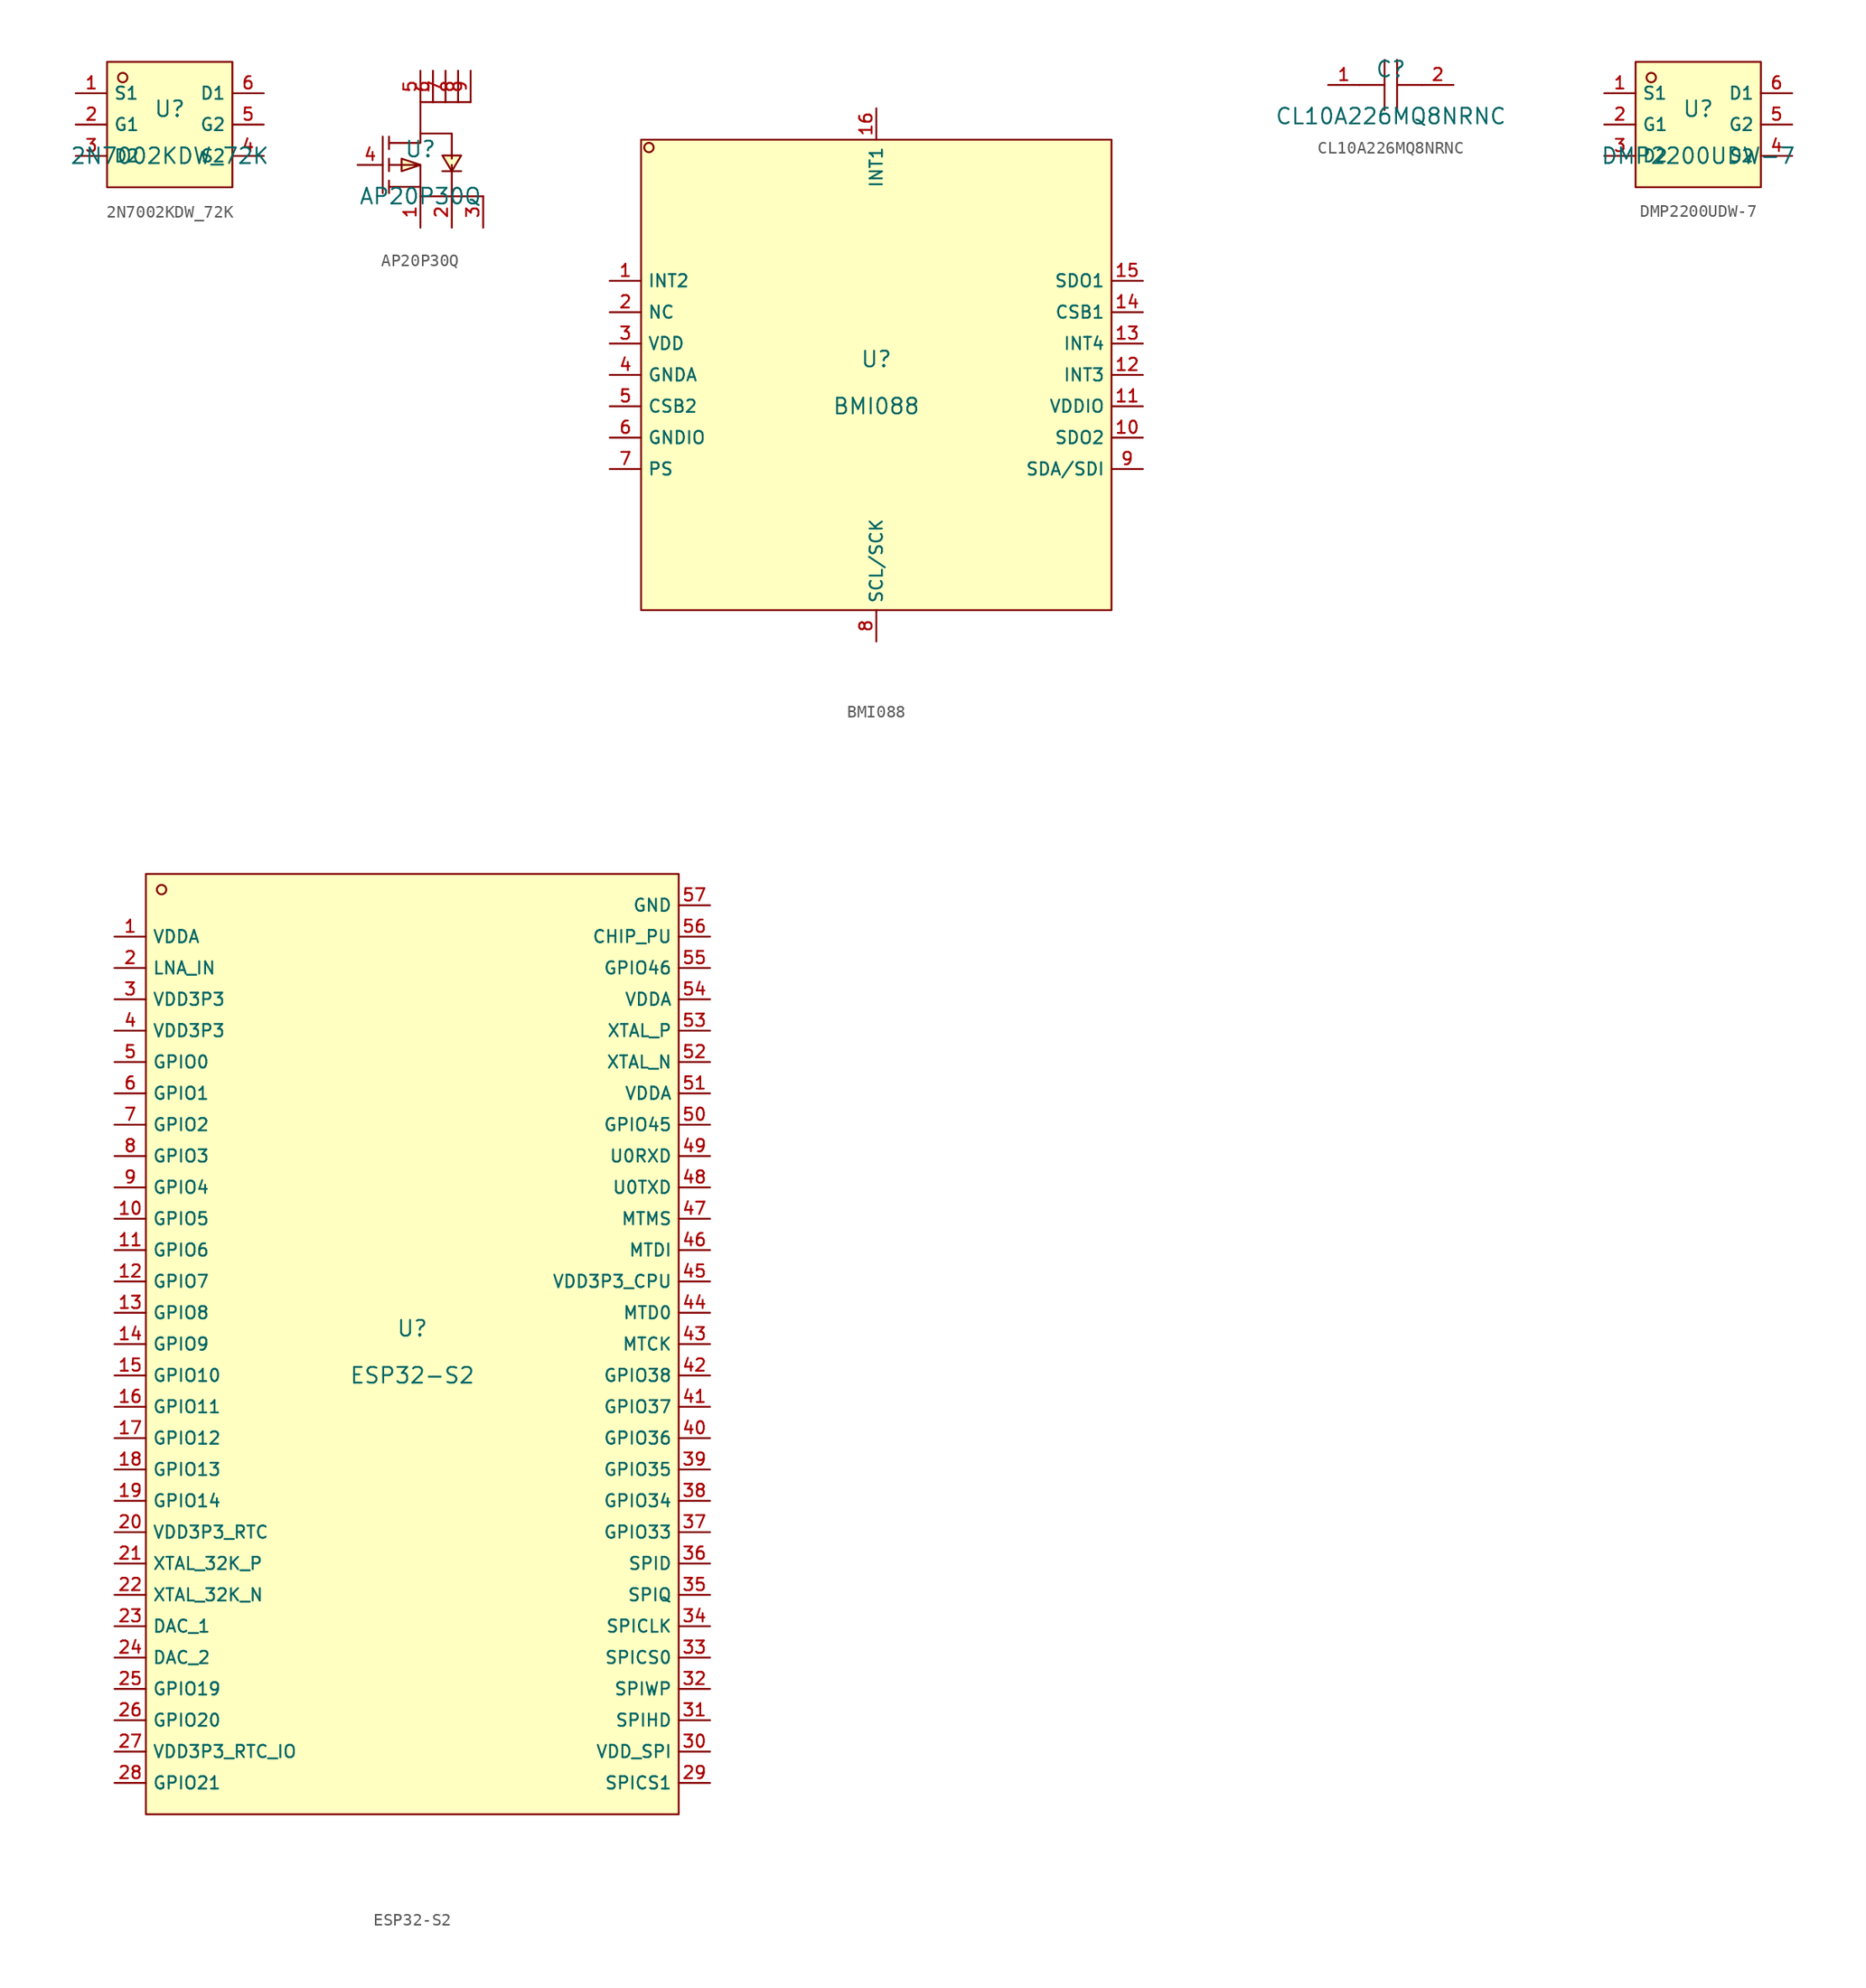
<source format=kicad_sym>
(kicad_symbol_lib
  (version 20210201)
  (generator TousstNicolas/JLC2KiCad_lib)
  (symbol "2N7002KDW_72K"
    (property "Reference" "U"
      (at 0 1.27 0)
      (effects (font (size 1.27 1.27))))
    (property "Value" "2N7002KDW_72K"
      (at 0 -2.54 0)
      (effects (font (size 1.27 1.27))))
    (symbol "2N7002KDW_72K_0_1"
      (rectangle (start -5.08 5.08) (end 5.08 -5.08) (stroke (width 0) (type default) (color 0 0 0 0)) (fill (type background)))
      (circle (center -3.81 3.81) (radius 0.381) (stroke (width 0) (type default) (color 0 0 0 0)) (fill (type background)))
      (pin unspecified line (at -7.62 2.54 0) (length 2.54) (name "S1" (effects (font (size 1 1)))) (number "1" (effects (font (size 1 1)))))
      (pin unspecified line (at -7.62 -0.0 0) (length 2.54) (name "G1" (effects (font (size 1 1)))) (number "2" (effects (font (size 1 1)))))
      (pin unspecified line (at -7.62 -2.54 0) (length 2.54) (name "D2" (effects (font (size 1 1)))) (number "3" (effects (font (size 1 1)))))
      (pin unspecified line (at 7.62 -2.54 180) (length 2.54) (name "S2" (effects (font (size 1 1)))) (number "4" (effects (font (size 1 1)))))
      (pin unspecified line (at 7.62 -0.0 180) (length 2.54) (name "G2" (effects (font (size 1 1)))) (number "5" (effects (font (size 1 1)))))
      (pin unspecified line (at 7.62 2.54 180) (length 2.54) (name "D1" (effects (font (size 1 1)))) (number "6" (effects (font (size 1 1)))))))
  (symbol "AP20P30Q"
    (pin_names hide)
    (property "Reference" "U"
      (at 0 1.27 0)
      (effects (font (size 1.27 1.27))))
    (property "Value" "AP20P30Q"
      (at 0 -2.54 0)
      (effects (font (size 1.27 1.27))))
    (symbol "AP20P30Q_0_1"
      (pin unspecified line (at 0.0 -5.08 90) (length 2.54) (name "S" (effects (font (size 1 1)))) (number "1" (effects (font (size 1 1)))))
      (pin unspecified line (at 2.54 -5.08 90) (length 2.54) (name "S" (effects (font (size 1 1)))) (number "2" (effects (font (size 1 1)))))
      (pin unspecified line (at 5.08 -5.08 90) (length 2.54) (name "S" (effects (font (size 1 1)))) (number "3" (effects (font (size 1 1)))))
      (pin unspecified line (at -5.08 -0.0 0) (length 2.032) (name "G" (effects (font (size 1 1)))) (number "4" (effects (font (size 1 1)))))
      (pin unspecified line (at 0.0 7.62 270) (length 2.54) (name "D" (effects (font (size 1 1)))) (number "5" (effects (font (size 1 1)))))
      (polyline (pts (xy 1.778 -0.508) (xy 2.032 -0.508) (xy 3.048 -0.508) (xy 3.302 -0.508)) (stroke (width 0) (type default) (color 0 0 0 0)) (fill (type none)))
      (polyline (pts (xy -2.54 -2.286) (xy -2.54 -1.27)) (stroke (width 0) (type default) (color 0 0 0 0)) (fill (type none)))
      (polyline (pts (xy -2.54 -0.508) (xy -2.54 0.508)) (stroke (width 0) (type default) (color 0 0 0 0)) (fill (type none)))
      (polyline (pts (xy -2.54 2.286) (xy -2.54 1.27)) (stroke (width 0) (type default) (color 0 0 0 0)) (fill (type none)))
      (polyline (pts (xy -3.048 2.286) (xy -3.048 -2.286)) (stroke (width 0) (type default) (color 0 0 0 0)) (fill (type none)))
      (polyline (pts (xy 0.0 -1.778) (xy -2.54 -1.778)) (stroke (width 0) (type default) (color 0 0 0 0)) (fill (type none)))
      (polyline (pts (xy -2.54 -0.0) (xy 0.0 -0.0) (xy 0.0 -2.54) (xy 5.08 -2.54) (xy 2.54 -2.54) (xy 2.54 -0.0)) (stroke (width 0) (type default) (color 0 0 0 0)) (fill (type none)))
      (polyline (pts (xy -2.54 1.778) (xy 0.0 1.778) (xy 0.0 2.54) (xy 2.54 2.54) (xy 2.54 2.54) (xy 2.54 0.508)) (stroke (width 0) (type default) (color 0 0 0 0)) (fill (type none)))
      (polyline (pts (xy 2.54 -0.508) (xy 3.302 0.762) (xy 1.778 0.762) (xy 2.54 -0.508)) (stroke (width 0) (type default) (color 0 0 0 0)) (fill (type background)))
      (polyline (pts (xy 0.0 -0.0) (xy -1.524 0.508) (xy -1.524 -0.508) (xy 0.0 -0.0)) (stroke (width 0) (type default) (color 0 0 0 0)) (fill (type background)))
      (pin unspecified line (at 1.016 7.62 270) (length 2.54) (name "D" (effects (font (size 1 1)))) (number "6" (effects (font (size 1 1)))))
      (pin unspecified line (at 2.032 7.62 270) (length 2.54) (name "D" (effects (font (size 1 1)))) (number "7" (effects (font (size 1 1)))))
      (pin unspecified line (at 3.048 7.62 270) (length 2.54) (name "D" (effects (font (size 1 1)))) (number "8" (effects (font (size 1 1)))))
      (pin unspecified line (at 4.064 7.62 270) (length 2.54) (name "D" (effects (font (size 1 1)))) (number "9" (effects (font (size 1 1)))))
      (polyline (pts (xy 4.064 5.08) (xy 0.0 5.08) (xy 0.0 2.54)) (stroke (width 0) (type default) (color 0 0 0 0)) (fill (type none)))))
  (symbol "BMI088"
    (property "Reference" "U"
      (at 0 1.27 0)
      (effects (font (size 1.27 1.27))))
    (property "Value" "BMI088"
      (at 0 -2.54 0)
      (effects (font (size 1.27 1.27))))
    (symbol "BMI088_0_1"
      (rectangle (start -19.05 19.05) (end 19.05 -19.05) (stroke (width 0) (type default) (color 0 0 0 0)) (fill (type background)))
      (circle (center -18.415 18.415) (radius 0.381) (stroke (width 0) (type default) (color 0 0 0 0)) (fill (type background)))
      (pin unspecified line (at -21.59 7.62 0) (length 2.54) (name "INT2" (effects (font (size 1 1)))) (number "1" (effects (font (size 1 1)))))
      (pin unspecified line (at -21.59 5.08 0) (length 2.54) (name "NC" (effects (font (size 1 1)))) (number "2" (effects (font (size 1 1)))))
      (pin unspecified line (at -21.59 2.54 0) (length 2.54) (name "VDD" (effects (font (size 1 1)))) (number "3" (effects (font (size 1 1)))))
      (pin unspecified line (at -21.59 -0.0 0) (length 2.54) (name "GNDA" (effects (font (size 1 1)))) (number "4" (effects (font (size 1 1)))))
      (pin unspecified line (at -21.59 -2.54 0) (length 2.54) (name "CSB2" (effects (font (size 1 1)))) (number "5" (effects (font (size 1 1)))))
      (pin unspecified line (at -21.59 -5.08 0) (length 2.54) (name "GNDIO" (effects (font (size 1 1)))) (number "6" (effects (font (size 1 1)))))
      (pin unspecified line (at -21.59 -7.62 0) (length 2.54) (name "PS" (effects (font (size 1 1)))) (number "7" (effects (font (size 1 1)))))
      (pin unspecified line (at 0.0 -21.59 90) (length 2.54) (name "SCL/SCK" (effects (font (size 1 1)))) (number "8" (effects (font (size 1 1)))))
      (pin unspecified line (at 21.59 -7.62 180) (length 2.54) (name "SDA/SDI" (effects (font (size 1 1)))) (number "9" (effects (font (size 1 1)))))
      (pin unspecified line (at 21.59 -5.08 180) (length 2.54) (name "SDO2" (effects (font (size 1 1)))) (number "10" (effects (font (size 1 1)))))
      (pin unspecified line (at 21.59 -2.54 180) (length 2.54) (name "VDDIO" (effects (font (size 1 1)))) (number "11" (effects (font (size 1 1)))))
      (pin unspecified line (at 21.59 -0.0 180) (length 2.54) (name "INT3" (effects (font (size 1 1)))) (number "12" (effects (font (size 1 1)))))
      (pin unspecified line (at 21.59 2.54 180) (length 2.54) (name "INT4" (effects (font (size 1 1)))) (number "13" (effects (font (size 1 1)))))
      (pin unspecified line (at 21.59 5.08 180) (length 2.54) (name "CSB1" (effects (font (size 1 1)))) (number "14" (effects (font (size 1 1)))))
      (pin unspecified line (at 21.59 7.62 180) (length 2.54) (name "SDO1" (effects (font (size 1 1)))) (number "15" (effects (font (size 1 1)))))
      (pin unspecified line (at 0.0 21.59 270) (length 2.54) (name "INT1" (effects (font (size 1 1)))) (number "16" (effects (font (size 1 1)))))))
  (symbol "CL10A226MQ8NRNC"
    (pin_names hide)
    (property "Reference" "C"
      (at 0 1.27 0)
      (effects (font (size 1.27 1.27))))
    (property "Value" "CL10A226MQ8NRNC"
      (at 0 -2.54 0)
      (effects (font (size 1.27 1.27))))
    (symbol "CL10A226MQ8NRNC_0_1"
      (polyline (pts (xy -0.508 -2.032) (xy -0.508 2.032)) (stroke (width 0) (type default) (color 0 0 0 0)) (fill (type none)))
      (pin unspecified line (at -5.08 -0.0 0) (length 2.54) (name "1" (effects (font (size 1 1)))) (number "1" (effects (font (size 1 1)))))
      (polyline (pts (xy 2.54 -0.0) (xy 0.508 -0.0)) (stroke (width 0) (type default) (color 0 0 0 0)) (fill (type none)))
      (polyline (pts (xy 0.508 2.032) (xy 0.508 -2.032)) (stroke (width 0) (type default) (color 0 0 0 0)) (fill (type none)))
      (pin unspecified line (at 5.08 -0.0 180) (length 2.54) (name "2" (effects (font (size 1 1)))) (number "2" (effects (font (size 1 1)))))
      (polyline (pts (xy -0.508 -0.0) (xy -2.54 -0.0)) (stroke (width 0) (type default) (color 0 0 0 0)) (fill (type none)))))
  (symbol "DMP2200UDW-7"
    (property "Reference" "U"
      (at 0 1.27 0)
      (effects (font (size 1.27 1.27))))
    (property "Value" "DMP2200UDW-7"
      (at 0 -2.54 0)
      (effects (font (size 1.27 1.27))))
    (symbol "DMP2200UDW-7_0_1"
      (rectangle (start -5.08 5.08) (end 5.08 -5.08) (stroke (width 0) (type default) (color 0 0 0 0)) (fill (type background)))
      (circle (center -3.81 3.81) (radius 0.381) (stroke (width 0) (type default) (color 0 0 0 0)) (fill (type background)))
      (pin unspecified line (at -7.62 2.54 0) (length 2.54) (name "S1" (effects (font (size 1 1)))) (number "1" (effects (font (size 1 1)))))
      (pin unspecified line (at -7.62 -0.0 0) (length 2.54) (name "G1" (effects (font (size 1 1)))) (number "2" (effects (font (size 1 1)))))
      (pin unspecified line (at -7.62 -2.54 0) (length 2.54) (name "D2" (effects (font (size 1 1)))) (number "3" (effects (font (size 1 1)))))
      (pin unspecified line (at 7.62 -2.54 180) (length 2.54) (name "S2" (effects (font (size 1 1)))) (number "4" (effects (font (size 1 1)))))
      (pin unspecified line (at 7.62 -0.0 180) (length 2.54) (name "G2" (effects (font (size 1 1)))) (number "5" (effects (font (size 1 1)))))
      (pin unspecified line (at 7.62 2.54 180) (length 2.54) (name "D1" (effects (font (size 1 1)))) (number "6" (effects (font (size 1 1)))))))
  (symbol "ESP32-S2"
    (property "Reference" "U"
      (at 0 1.27 0)
      (effects (font (size 1.27 1.27))))
    (property "Value" "ESP32-S2"
      (at 0 -2.54 0)
      (effects (font (size 1.27 1.27))))
    (symbol "ESP32-S2_0_1"
      (rectangle (start -21.59 38.1) (end 21.59 -38.1) (stroke (width 0) (type default) (color 0 0 0 0)) (fill (type background)))
      (circle (center -20.32 36.83) (radius 0.381) (stroke (width 0) (type default) (color 0 0 0 0)) (fill (type background)))
      (pin unspecified line (at -24.13 33.02 0) (length 2.54) (name "VDDA" (effects (font (size 1 1)))) (number "1" (effects (font (size 1 1)))))
      (pin unspecified line (at -24.13 30.48 0) (length 2.54) (name "LNA_IN" (effects (font (size 1 1)))) (number "2" (effects (font (size 1 1)))))
      (pin unspecified line (at -24.13 27.94 0) (length 2.54) (name "VDD3P3" (effects (font (size 1 1)))) (number "3" (effects (font (size 1 1)))))
      (pin unspecified line (at -24.13 25.4 0) (length 2.54) (name "VDD3P3" (effects (font (size 1 1)))) (number "4" (effects (font (size 1 1)))))
      (pin unspecified line (at -24.13 22.86 0) (length 2.54) (name "GPIO0" (effects (font (size 1 1)))) (number "5" (effects (font (size 1 1)))))
      (pin unspecified line (at -24.13 20.32 0) (length 2.54) (name "GPIO1" (effects (font (size 1 1)))) (number "6" (effects (font (size 1 1)))))
      (pin unspecified line (at -24.13 17.78 0) (length 2.54) (name "GPIO2" (effects (font (size 1 1)))) (number "7" (effects (font (size 1 1)))))
      (pin unspecified line (at -24.13 15.24 0) (length 2.54) (name "GPIO3" (effects (font (size 1 1)))) (number "8" (effects (font (size 1 1)))))
      (pin unspecified line (at -24.13 12.7 0) (length 2.54) (name "GPIO4" (effects (font (size 1 1)))) (number "9" (effects (font (size 1 1)))))
      (pin unspecified line (at -24.13 10.16 0) (length 2.54) (name "GPIO5" (effects (font (size 1 1)))) (number "10" (effects (font (size 1 1)))))
      (pin unspecified line (at -24.13 7.62 0) (length 2.54) (name "GPIO6" (effects (font (size 1 1)))) (number "11" (effects (font (size 1 1)))))
      (pin unspecified line (at -24.13 5.08 0) (length 2.54) (name "GPIO7" (effects (font (size 1 1)))) (number "12" (effects (font (size 1 1)))))
      (pin unspecified line (at -24.13 2.54 0) (length 2.54) (name "GPIO8" (effects (font (size 1 1)))) (number "13" (effects (font (size 1 1)))))
      (pin unspecified line (at -24.13 -0.0 0) (length 2.54) (name "GPIO9" (effects (font (size 1 1)))) (number "14" (effects (font (size 1 1)))))
      (pin unspecified line (at -24.13 -2.54 0) (length 2.54) (name "GPIO10" (effects (font (size 1 1)))) (number "15" (effects (font (size 1 1)))))
      (pin unspecified line (at -24.13 -5.08 0) (length 2.54) (name "GPIO11" (effects (font (size 1 1)))) (number "16" (effects (font (size 1 1)))))
      (pin unspecified line (at -24.13 -7.62 0) (length 2.54) (name "GPIO12" (effects (font (size 1 1)))) (number "17" (effects (font (size 1 1)))))
      (pin unspecified line (at -24.13 -10.16 0) (length 2.54) (name "GPIO13" (effects (font (size 1 1)))) (number "18" (effects (font (size 1 1)))))
      (pin unspecified line (at -24.13 -12.7 0) (length 2.54) (name "GPIO14" (effects (font (size 1 1)))) (number "19" (effects (font (size 1 1)))))
      (pin unspecified line (at -24.13 -15.24 0) (length 2.54) (name "VDD3P3_RTC" (effects (font (size 1 1)))) (number "20" (effects (font (size 1 1)))))
      (pin unspecified line (at -24.13 -17.78 0) (length 2.54) (name "XTAL_32K_P" (effects (font (size 1 1)))) (number "21" (effects (font (size 1 1)))))
      (pin unspecified line (at -24.13 -20.32 0) (length 2.54) (name "XTAL_32K_N" (effects (font (size 1 1)))) (number "22" (effects (font (size 1 1)))))
      (pin unspecified line (at -24.13 -22.86 0) (length 2.54) (name "DAC_1" (effects (font (size 1 1)))) (number "23" (effects (font (size 1 1)))))
      (pin unspecified line (at -24.13 -25.4 0) (length 2.54) (name "DAC_2" (effects (font (size 1 1)))) (number "24" (effects (font (size 1 1)))))
      (pin unspecified line (at -24.13 -27.94 0) (length 2.54) (name "GPIO19" (effects (font (size 1 1)))) (number "25" (effects (font (size 1 1)))))
      (pin unspecified line (at -24.13 -30.48 0) (length 2.54) (name "GPIO20" (effects (font (size 1 1)))) (number "26" (effects (font (size 1 1)))))
      (pin unspecified line (at -24.13 -33.02 0) (length 2.54) (name "VDD3P3_RTC_IO" (effects (font (size 1 1)))) (number "27" (effects (font (size 1 1)))))
      (pin unspecified line (at -24.13 -35.56 0) (length 2.54) (name "GPIO21" (effects (font (size 1 1)))) (number "28" (effects (font (size 1 1)))))
      (pin unspecified line (at 24.13 -35.56 180) (length 2.54) (name "SPICS1" (effects (font (size 1 1)))) (number "29" (effects (font (size 1 1)))))
      (pin unspecified line (at 24.13 -33.02 180) (length 2.54) (name "VDD_SPI" (effects (font (size 1 1)))) (number "30" (effects (font (size 1 1)))))
      (pin unspecified line (at 24.13 -30.48 180) (length 2.54) (name "SPIHD" (effects (font (size 1 1)))) (number "31" (effects (font (size 1 1)))))
      (pin unspecified line (at 24.13 -27.94 180) (length 2.54) (name "SPIWP" (effects (font (size 1 1)))) (number "32" (effects (font (size 1 1)))))
      (pin unspecified line (at 24.13 -25.4 180) (length 2.54) (name "SPICS0" (effects (font (size 1 1)))) (number "33" (effects (font (size 1 1)))))
      (pin unspecified line (at 24.13 -22.86 180) (length 2.54) (name "SPICLK" (effects (font (size 1 1)))) (number "34" (effects (font (size 1 1)))))
      (pin unspecified line (at 24.13 -20.32 180) (length 2.54) (name "SPIQ" (effects (font (size 1 1)))) (number "35" (effects (font (size 1 1)))))
      (pin unspecified line (at 24.13 -17.78 180) (length 2.54) (name "SPID" (effects (font (size 1 1)))) (number "36" (effects (font (size 1 1)))))
      (pin unspecified line (at 24.13 -15.24 180) (length 2.54) (name "GPIO33" (effects (font (size 1 1)))) (number "37" (effects (font (size 1 1)))))
      (pin unspecified line (at 24.13 -12.7 180) (length 2.54) (name "GPIO34" (effects (font (size 1 1)))) (number "38" (effects (font (size 1 1)))))
      (pin unspecified line (at 24.13 -10.16 180) (length 2.54) (name "GPIO35" (effects (font (size 1 1)))) (number "39" (effects (font (size 1 1)))))
      (pin unspecified line (at 24.13 -7.62 180) (length 2.54) (name "GPIO36" (effects (font (size 1 1)))) (number "40" (effects (font (size 1 1)))))
      (pin unspecified line (at 24.13 -5.08 180) (length 2.54) (name "GPIO37" (effects (font (size 1 1)))) (number "41" (effects (font (size 1 1)))))
      (pin unspecified line (at 24.13 -2.54 180) (length 2.54) (name "GPIO38" (effects (font (size 1 1)))) (number "42" (effects (font (size 1 1)))))
      (pin unspecified line (at 24.13 -0.0 180) (length 2.54) (name "MTCK" (effects (font (size 1 1)))) (number "43" (effects (font (size 1 1)))))
      (pin unspecified line (at 24.13 2.54 180) (length 2.54) (name "MTD0" (effects (font (size 1 1)))) (number "44" (effects (font (size 1 1)))))
      (pin unspecified line (at 24.13 5.08 180) (length 2.54) (name "VDD3P3_CPU" (effects (font (size 1 1)))) (number "45" (effects (font (size 1 1)))))
      (pin unspecified line (at 24.13 7.62 180) (length 2.54) (name "MTDI" (effects (font (size 1 1)))) (number "46" (effects (font (size 1 1)))))
      (pin unspecified line (at 24.13 10.16 180) (length 2.54) (name "MTMS" (effects (font (size 1 1)))) (number "47" (effects (font (size 1 1)))))
      (pin unspecified line (at 24.13 12.7 180) (length 2.54) (name "U0TXD" (effects (font (size 1 1)))) (number "48" (effects (font (size 1 1)))))
      (pin unspecified line (at 24.13 15.24 180) (length 2.54) (name "U0RXD" (effects (font (size 1 1)))) (number "49" (effects (font (size 1 1)))))
      (pin unspecified line (at 24.13 17.78 180) (length 2.54) (name "GPIO45" (effects (font (size 1 1)))) (number "50" (effects (font (size 1 1)))))
      (pin unspecified line (at 24.13 20.32 180) (length 2.54) (name "VDDA" (effects (font (size 1 1)))) (number "51" (effects (font (size 1 1)))))
      (pin unspecified line (at 24.13 22.86 180) (length 2.54) (name "XTAL_N" (effects (font (size 1 1)))) (number "52" (effects (font (size 1 1)))))
      (pin unspecified line (at 24.13 25.4 180) (length 2.54) (name "XTAL_P" (effects (font (size 1 1)))) (number "53" (effects (font (size 1 1)))))
      (pin unspecified line (at 24.13 27.94 180) (length 2.54) (name "VDDA" (effects (font (size 1 1)))) (number "54" (effects (font (size 1 1)))))
      (pin unspecified line (at 24.13 30.48 180) (length 2.54) (name "GPIO46" (effects (font (size 1 1)))) (number "55" (effects (font (size 1 1)))))
      (pin unspecified line (at 24.13 33.02 180) (length 2.54) (name "CHIP_PU" (effects (font (size 1 1)))) (number "56" (effects (font (size 1 1)))))
      (pin unspecified line (at 24.13 35.56 180) (length 2.54) (name "GND" (effects (font (size 1 1)))) (number "57" (effects (font (size 1 1))))))))
</source>
